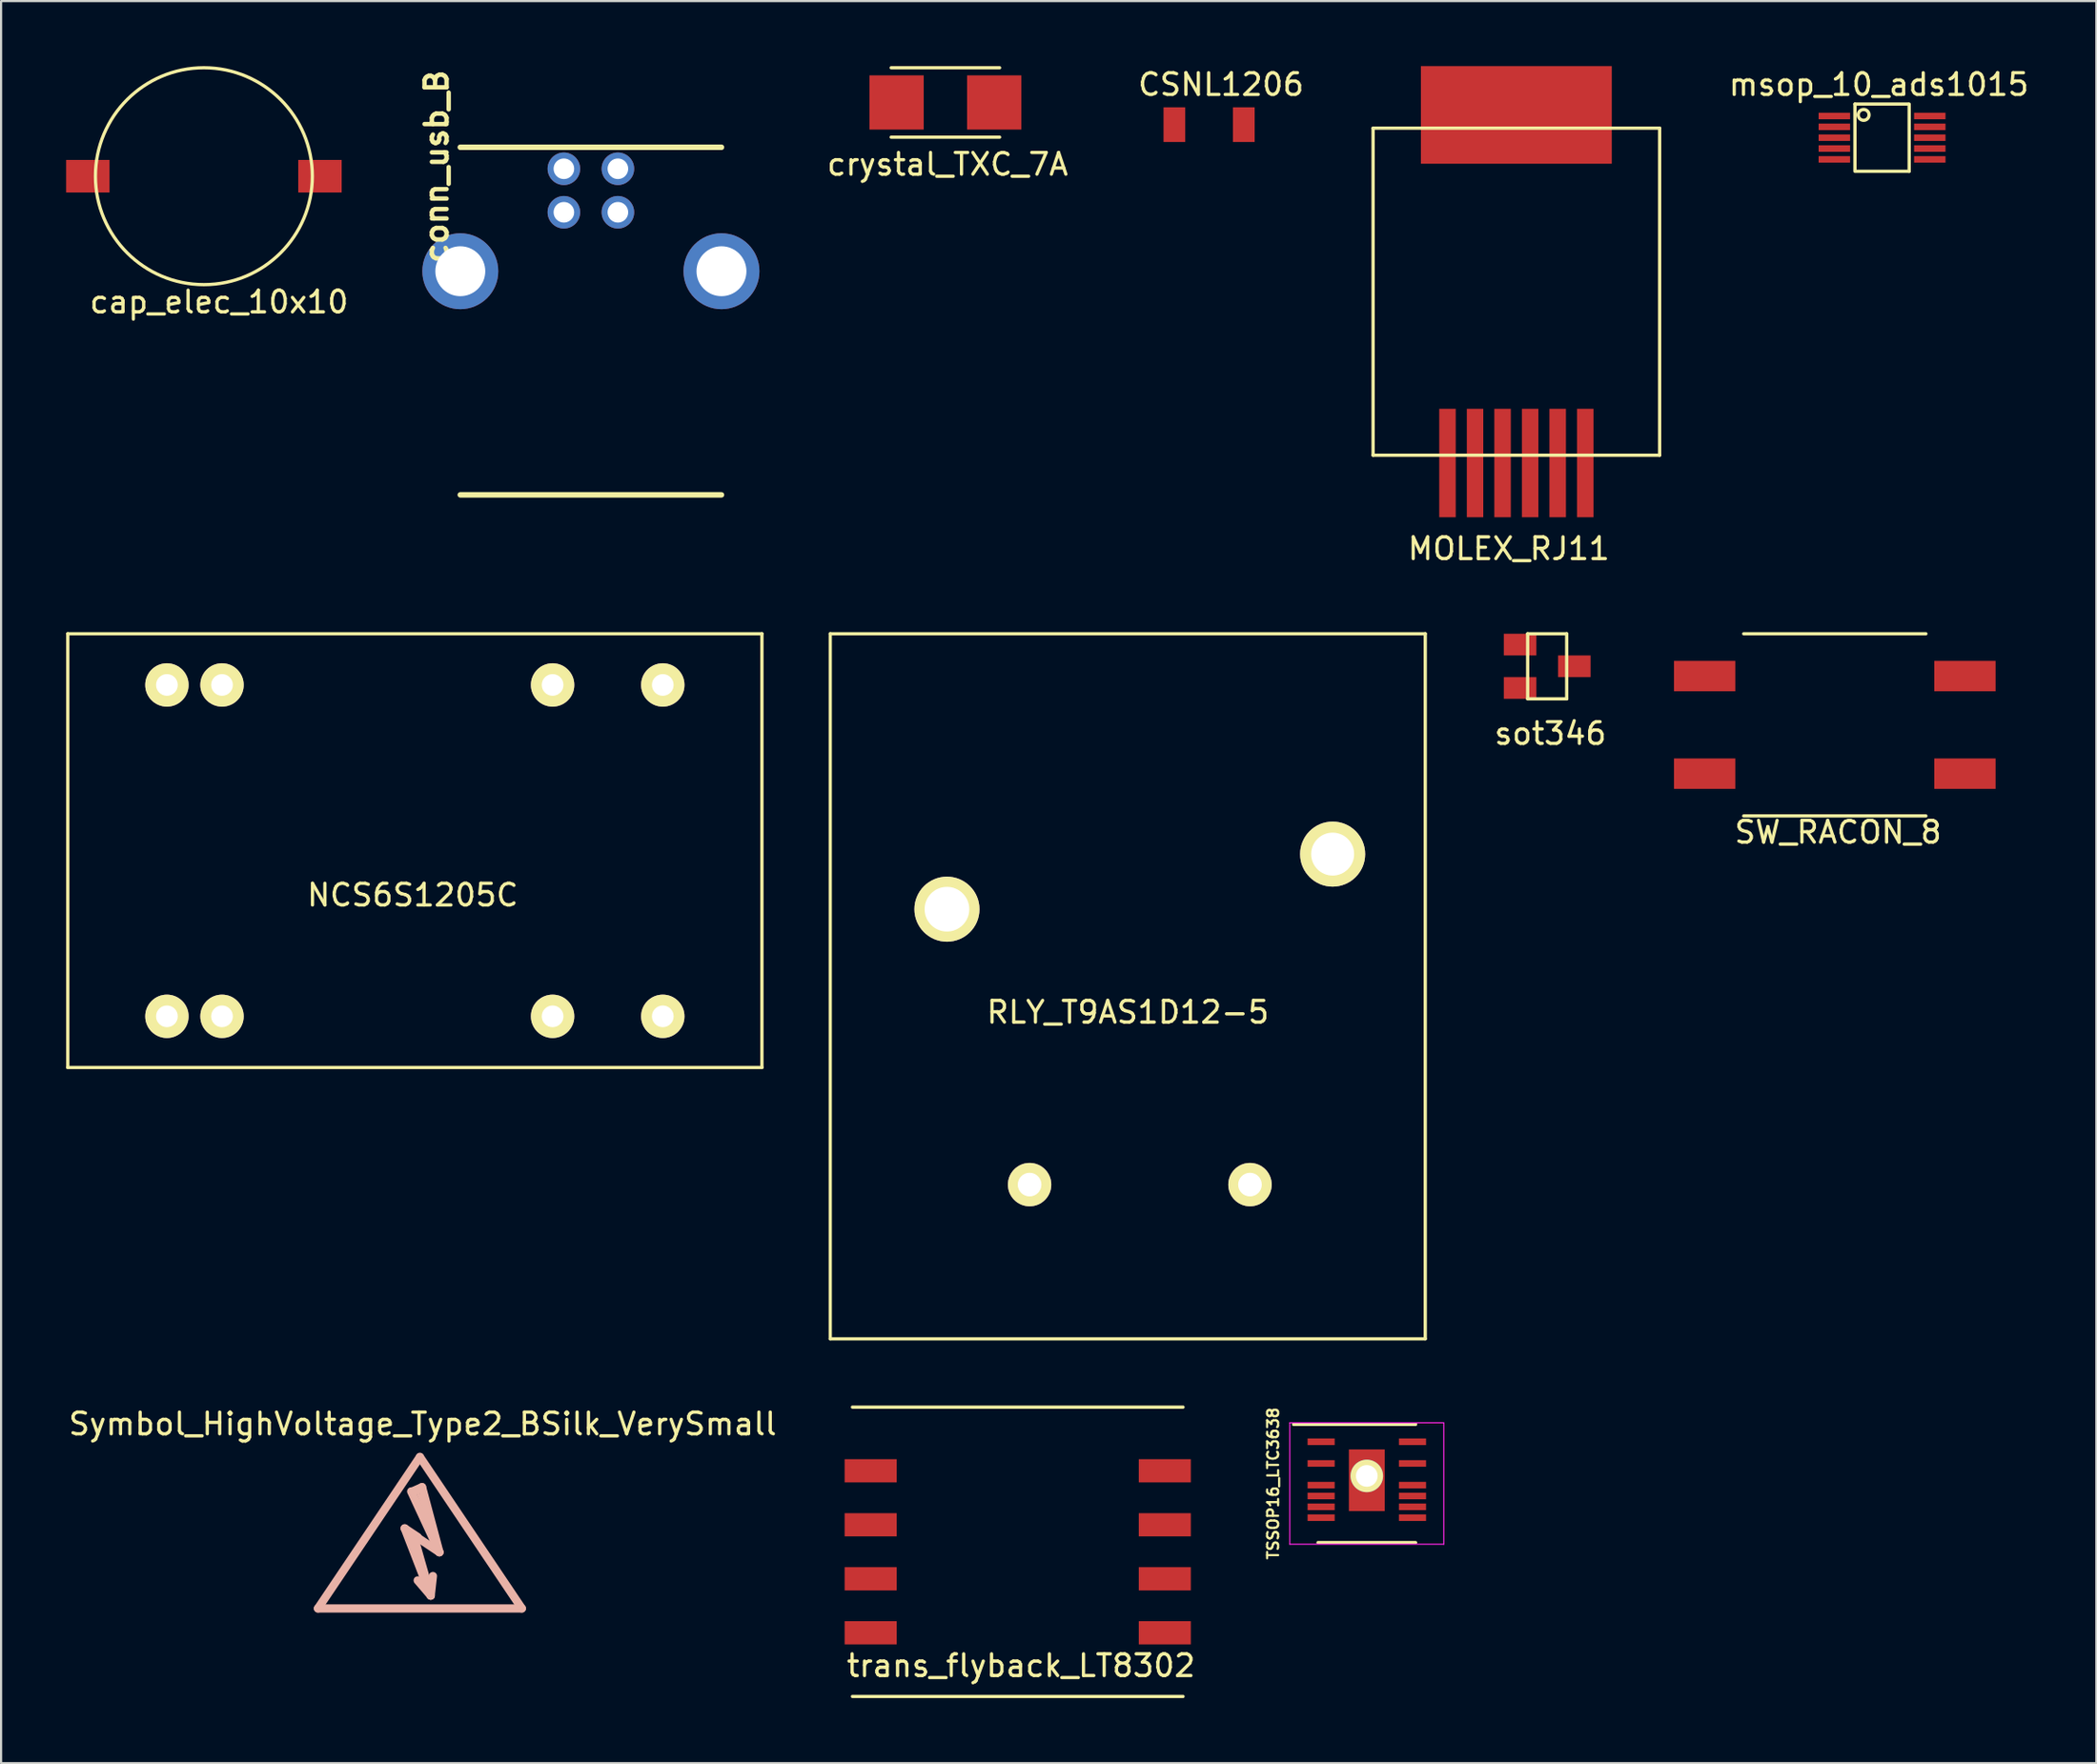
<source format=kicad_pcb>
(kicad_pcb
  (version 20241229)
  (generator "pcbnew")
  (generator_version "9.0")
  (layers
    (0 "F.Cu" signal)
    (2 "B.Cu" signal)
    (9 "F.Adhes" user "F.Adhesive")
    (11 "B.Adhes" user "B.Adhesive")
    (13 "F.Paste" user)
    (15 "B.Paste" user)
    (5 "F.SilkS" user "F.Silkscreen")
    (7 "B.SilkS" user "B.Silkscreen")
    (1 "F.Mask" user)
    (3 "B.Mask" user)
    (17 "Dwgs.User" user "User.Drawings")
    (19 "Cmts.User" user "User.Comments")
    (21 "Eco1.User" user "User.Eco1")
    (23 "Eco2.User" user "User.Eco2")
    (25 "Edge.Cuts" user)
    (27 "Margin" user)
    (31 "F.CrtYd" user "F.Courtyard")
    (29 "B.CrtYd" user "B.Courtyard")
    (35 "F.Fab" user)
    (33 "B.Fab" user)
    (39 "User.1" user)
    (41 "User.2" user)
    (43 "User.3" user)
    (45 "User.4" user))
  (footprint "cap_elec_10x10"
    (layer "F.Cu")
    (at 6.35 5.075)
    (property "Reference" "cap_elec_10x10" (at 0.7 5.8 0) (layer "F.SilkS") (effects (font (size 1 1) (thickness 0.15))))
    (attr through_hole)
    (fp_circle (center 0 0) (end 5 0) (stroke (width 0.15) (type solid)) (fill no) (layer "F.SilkS"))
    (pad "1" smd rect (at -5.35 0) (size 2 1.5) (layers "F.Cu" "F.Mask" "F.Paste"))
    (pad "2" smd rect (at 5.35 0) (size 2 1.5) (layers "F.Cu" "F.Mask" "F.Paste")))
  (footprint "NCS6S1205C"
    (layer "F.Cu")
    (at 16.075 36.173)
    (property "Reference" "NCS6S1205C" (at -0.1 2.05 0) (layer "F.SilkS") (effects (font (size 1 1) (thickness 0.15))))
    (attr through_hole)
    (fp_line (start -16 -10) (end 16 -10) (stroke (width 0.15) (type solid)) (layer "F.SilkS"))
    (fp_line (start -16 10) (end -16 -10) (stroke (width 0.15) (type solid)) (layer "F.SilkS"))
    (fp_line (start 16 -10) (end 16 10) (stroke (width 0.15) (type solid)) (layer "F.SilkS"))
    (fp_line (start 16 10) (end -16 10) (stroke (width 0.15) (type solid)) (layer "F.SilkS"))
    (pad "2" thru_hole circle (at -11.43 7.64) (size 2 2) (drill 1) (layers "*.Cu" "*.Mask" "F.SilkS"))
    (pad "3" thru_hole circle (at -8.89 7.64) (size 2 2) (drill 1) (layers "*.Cu" "*.Mask" "F.SilkS"))
    (pad "9" thru_hole circle (at 6.35 7.64) (size 2 2) (drill 1) (layers "*.Cu" "*.Mask" "F.SilkS"))
    (pad "11" thru_hole circle (at 11.43 7.64) (size 2 2) (drill 1) (layers "*.Cu" "*.Mask" "F.SilkS"))
    (pad "14" thru_hole circle (at 11.43 -7.64) (size 2 2) (drill 1) (layers "*.Cu" "*.Mask" "F.SilkS"))
    (pad "16" thru_hole circle (at 6.35 -7.64) (size 2 2) (drill 1) (layers "*.Cu" "*.Mask" "F.SilkS"))
    (pad "22" thru_hole circle (at -8.89 -7.64) (size 2 2) (drill 1) (layers "*.Cu" "*.Mask" "F.SilkS"))
    (pad "23" thru_hole circle (at -11.43 -7.64) (size 2 2) (drill 1) (layers "*.Cu" "*.Mask" "F.SilkS")))
  (footprint "TSSOP16_LTC3638"
    (layer "F.Cu")
    (at 59.96 65.355)
    (property "Reference" "TSSOP16_LTC3638" (at -4.318 0 90) (layer "F.SilkS") (effects (font (size 0.508 0.508) (thickness 0.102))))
    (attr smd)
    (fp_line (start -3.375 -2.725) (end 2.25 -2.725) (stroke (width 0.15) (type solid)) (layer "F.SilkS"))
    (fp_line (start -2.25 2.725) (end 2.25 2.725) (stroke (width 0.15) (type solid)) (layer "F.SilkS"))
    (fp_line (start -3.55 -2.8) (end -3.55 2.8) (stroke (width 0.05) (type solid)) (layer "F.CrtYd"))
    (fp_line (start -3.55 -2.8) (end 3.55 -2.8) (stroke (width 0.05) (type solid)) (layer "F.CrtYd"))
    (fp_line (start -3.55 2.8) (end 3.55 2.8) (stroke (width 0.05) (type solid)) (layer "F.CrtYd"))
    (fp_line (start 3.55 -2.8) (end 3.55 2.8) (stroke (width 0.05) (type solid)) (layer "F.CrtYd"))
    (pad "1" smd rect (at -2.106 -1.925) (size 1.25 0.305) (layers "F.Cu" "F.Mask" "F.Paste"))
    (pad "3" smd rect (at -2.106 -0.925) (size 1.25 0.305) (layers "F.Cu" "F.Mask" "F.Paste"))
    (pad "5" smd rect (at -2.106 0.075) (size 1.25 0.305) (layers "F.Cu" "F.Mask" "F.Paste"))
    (pad "6" smd rect (at -2.106 0.575) (size 1.25 0.305) (layers "F.Cu" "F.Mask" "F.Paste"))
    (pad "7" smd rect (at -2.106 1.075) (size 1.25 0.305) (layers "F.Cu" "F.Mask" "F.Paste"))
    (pad "8" smd rect (at -2.106 1.575) (size 1.25 0.305) (layers "F.Cu" "F.Mask" "F.Paste"))
    (pad "9" smd rect (at 2.106 1.575) (size 1.25 0.305) (layers "F.Cu" "F.Mask" "F.Paste"))
    (pad "10" smd rect (at 2.106 1.075) (size 1.25 0.305) (layers "F.Cu" "F.Mask" "F.Paste"))
    (pad "11" smd rect (at 2.106 0.575) (size 1.25 0.305) (layers "F.Cu" "F.Mask" "F.Paste"))
    (pad "12" smd rect (at 2.106 0.075) (size 1.25 0.305) (layers "F.Cu" "F.Mask" "F.Paste"))
    (pad "14" smd rect (at 2.106 -0.925) (size 1.25 0.305) (layers "F.Cu" "F.Mask" "F.Paste"))
    (pad "16" smd rect (at 2.106 -1.925) (size 1.25 0.305) (layers "F.Cu" "F.Mask" "F.Paste"))
    (pad "17" thru_hole circle (at 0 -0.35) (size 1.5 1.5) (drill 1) (layers "*.Cu" "*.Mask" "F.SilkS"))
    (pad "17" smd rect (at 0 -0.15) (size 1.651 2.845) (layers "F.Cu" "F.Mask" "F.Paste")))
  (footprint "SW_RACON_8"
    (layer "F.Cu")
    (at 81.535 30.373)
    (property "Reference" "SW_RACON_8" (at 0.15 4.95 0) (layer "F.SilkS") (effects (font (size 1 1) (thickness 0.15))))
    (attr through_hole)
    (fp_line (start -4.2 -4.2) (end 4.2 -4.2) (stroke (width 0.15) (type solid)) (layer "F.SilkS"))
    (fp_line (start 4.2 4.2) (end -4.2 4.2) (stroke (width 0.15) (type solid)) (layer "F.SilkS"))
    (pad "1" smd rect (at -6 -2.25) (size 2.825 1.4) (layers "F.Cu" "F.Mask" "F.Paste"))
    (pad "1" smd rect (at 6 -2.25) (size 2.825 1.4) (layers "F.Cu" "F.Mask" "F.Paste"))
    (pad "2" smd rect (at -6 2.25) (size 2.825 1.4) (layers "F.Cu" "F.Mask" "F.Paste"))
    (pad "2" smd rect (at 6 2.25) (size 2.825 1.4) (layers "F.Cu" "F.Mask" "F.Paste")))
  (footprint "conn_usb_B"
    (layer "F.Cu")
    (at 24.19 11.742)
    (property "Reference" "conn_usb_B" (at -7.112 -7.112 90) (layer "F.SilkS") (effects (font (size 1.016 1.016) (thickness 0.203))))
    (attr through_hole)
    (fp_line (start -6.02 8.026) (end 6.02 8.026) (stroke (width 0.254) (type solid)) (layer "F.SilkS"))
    (fp_line (start 6.02 -8.001) (end -6.02 -8.001) (stroke (width 0.254) (type solid)) (layer "F.SilkS"))
    (pad "1" thru_hole circle (at 1.245 -7.01) (size 1.501 1.501) (drill 0.95) (layers "*.Cu" "*.Mask"))
    (pad "2" thru_hole circle (at -1.245 -7.01) (size 1.501 1.501) (drill 0.95) (layers "*.Cu" "*.Mask"))
    (pad "3" thru_hole circle (at -1.245 -5.004) (size 1.501 1.501) (drill 0.95) (layers "*.Cu" "*.Mask"))
    (pad "4" thru_hole circle (at 1.245 -5.004) (size 1.501 1.501) (drill 0.95) (layers "*.Cu" "*.Mask"))
    (pad "5" thru_hole circle (at 6.02 -2.286) (size 3.5 3.5) (drill 2.301) (layers "*.Cu" "*.Mask"))
    (pad "6" thru_hole circle (at -6.02 -2.286) (size 3.5 3.5) (drill 2.301) (layers "*.Cu" "*.Mask")))
  (footprint "crystal_TXC_7A"
    (layer "F.Cu")
    (at 40.533 1.675)
    (property "Reference" "crystal_TXC_7A" (at 0.1 2.85 0) (layer "F.SilkS") (effects (font (size 1 1) (thickness 0.15))))
    (attr through_hole)
    (fp_line (start -2.5 -1.6) (end 2.5 -1.6) (stroke (width 0.15) (type solid)) (layer "F.SilkS"))
    (fp_line (start 2.5 1.6) (end -2.5 1.6) (stroke (width 0.15) (type solid)) (layer "F.SilkS"))
    (pad "1" smd rect (at -2.25 0) (size 2.5 2.5) (layers "F.Cu" "F.Mask" "F.Paste"))
    (pad "2" smd rect (at 2.25 0) (size 2.5 2.5) (layers "F.Cu" "F.Mask" "F.Paste")))
  (footprint "sot346"
    (layer "F.Cu")
    (at 68.276 27.673)
    (property "Reference" "sot346" (at 0.15 3.1 0) (layer "F.SilkS") (effects (font (size 1 1) (thickness 0.15))))
    (attr through_hole)
    (fp_line (start -0.9 -1.5) (end 0.9 -1.5) (stroke (width 0.15) (type solid)) (layer "F.SilkS"))
    (fp_line (start -0.9 1.5) (end -0.9 -1.5) (stroke (width 0.15) (type solid)) (layer "F.SilkS"))
    (fp_line (start 0.9 -1.5) (end 0.9 1.5) (stroke (width 0.15) (type solid)) (layer "F.SilkS"))
    (fp_line (start 0.9 1.5) (end -0.9 1.5) (stroke (width 0.15) (type solid)) (layer "F.SilkS"))
    (pad "1" smd rect (at -1.25 -1) (size 1.5 1) (layers "F.Cu" "F.Mask" "F.Paste"))
    (pad "2" smd rect (at -1.25 1) (size 1.5 1) (layers "F.Cu" "F.Mask" "F.Paste"))
    (pad "3" smd rect (at 1.25 0) (size 1.5 1) (layers "F.Cu" "F.Mask" "F.Paste")))
  (footprint "Symbol_HighVoltage_Type2_BSilk_VerySmall"
    (layer "F.Cu")
    (at 16.758 68.322)
    (property "Reference" "Symbol_HighVoltage_Type2_BSilk_VerySmall" (at -0.323 -5.715 0) (layer "F.SilkS") (effects (font (size 1 1) (thickness 0.15))))
    (attr through_hole)
    (fp_line (start -5.149 2.794) (end 4.249 2.794) (stroke (width 0.381) (type solid)) (layer "B.SilkS"))
    (fp_line (start -1.151 -0.899) (end -0.552 -0.5) (stroke (width 0.381) (type solid)) (layer "B.SilkS"))
    (fp_line (start -0.801 -2.599) (end -0.351 -2.8) (stroke (width 0.381) (type solid)) (layer "B.SilkS"))
    (fp_line (start -0.75 -0.599) (end 0.048 2.2) (stroke (width 0.381) (type solid)) (layer "B.SilkS"))
    (fp_line (start -0.55 -2.55) (end -0.15 -1.6) (stroke (width 0.15) (type solid)) (layer "B.SilkS"))
    (fp_line (start -0.45 -4.191) (end -5.149 2.794) (stroke (width 0.381) (type solid)) (layer "B.SilkS"))
    (fp_line (start -0.351 -2.799) (end 0.449 0.201) (stroke (width 0.381) (type solid)) (layer "B.SilkS"))
    (fp_line (start -0.15 -1.6) (end -0.2 -1.5) (stroke (width 0.15) (type solid)) (layer "B.SilkS"))
    (fp_line (start 0.048 2.2) (end -1.151 -0.899) (stroke (width 0.381) (type solid)) (layer "B.SilkS"))
    (fp_line (start 0.048 2.2) (end -0.552 1.501) (stroke (width 0.381) (type solid)) (layer "B.SilkS"))
    (fp_line (start 0.048 2.2) (end 0.149 1.3) (stroke (width 0.381) (type solid)) (layer "B.SilkS"))
    (fp_line (start 0.449 0.201) (end -0.851 -2.601) (stroke (width 0.381) (type solid)) (layer "B.SilkS"))
    (fp_line (start 0.449 0.201) (end -0.75 -0.599) (stroke (width 0.381) (type solid)) (layer "B.SilkS"))
    (fp_line (start 4.249 2.794) (end -0.45 -4.191) (stroke (width 0.381) (type solid)) (layer "B.SilkS")))
  (footprint "RLY_T9AS1D12-5"
    (layer "F.Cu")
    (at 49.495 38.873)
    (property "Reference" "RLY_T9AS1D12-5" (at -0.55 4.75 0) (layer "F.SilkS") (effects (font (size 1 1) (thickness 0.15))))
    (attr through_hole)
    (fp_line (start -14.27 -12.7) (end -14.27 19.81) (stroke (width 0.15) (type solid)) (layer "F.SilkS"))
    (fp_line (start -14.27 -12.7) (end 13.16 -12.7) (stroke (width 0.15) (type solid)) (layer "F.SilkS"))
    (fp_line (start 13.16 -12.7) (end 13.16 19.81) (stroke (width 0.15) (type solid)) (layer "F.SilkS"))
    (fp_line (start 13.16 19.81) (end -14.27 19.81) (stroke (width 0.15) (type solid)) (layer "F.SilkS"))
    (pad "1" thru_hole circle (at 8.89 -2.54) (size 3 3) (drill 1.98) (layers "*.Cu" "*.Mask" "F.SilkS"))
    (pad "2" thru_hole circle (at -5.08 12.7) (size 2 2) (drill 1.09) (layers "*.Cu" "*.Mask" "F.SilkS"))
    (pad "3" thru_hole circle (at -8.89 0) (size 3 3) (drill 2.06) (layers "*.Cu" "*.Mask" "F.SilkS"))
    (pad "5" thru_hole circle (at 5.08 12.7) (size 2 2) (drill 1.09) (layers "*.Cu" "*.Mask" "F.SilkS")))
  (footprint "trans_flyback_LT8302"
    (layer "F.Cu")
    (at 43.868 68.503)
    (property "Reference" "trans_flyback_LT8302" (at 0.15 5.25 0) (layer "F.SilkS") (effects (font (size 1 1) (thickness 0.15))))
    (attr through_hole)
    (fp_line (start -7.62 -6.67) (end 7.62 -6.67) (stroke (width 0.15) (type solid)) (layer "F.SilkS"))
    (fp_line (start 7.62 6.67) (end -7.62 6.67) (stroke (width 0.15) (type solid)) (layer "F.SilkS"))
    (pad "1" smd rect (at -6.78 3.735) (size 2.4 1.07) (layers "F.Cu" "F.Mask" "F.Paste"))
    (pad "2" smd rect (at -6.78 1.245) (size 2.4 1.07) (layers "F.Cu" "F.Mask" "F.Paste"))
    (pad "3" smd rect (at -6.78 -1.245) (size 2.4 1.07) (layers "F.Cu" "F.Mask" "F.Paste"))
    (pad "4" smd rect (at -6.78 -3.735) (size 2.4 1.07) (layers "F.Cu" "F.Mask" "F.Paste"))
    (pad "5" smd rect (at 6.78 -3.735) (size 2.4 1.07) (layers "F.Cu" "F.Mask" "F.Paste"))
    (pad "6" smd rect (at 6.78 -1.245) (size 2.4 1.07) (layers "F.Cu" "F.Mask" "F.Paste"))
    (pad "7" smd rect (at 6.78 1.245) (size 2.4 1.07) (layers "F.Cu" "F.Mask" "F.Paste"))
    (pad "8" smd rect (at 6.78 3.735) (size 2.4 1.07) (layers "F.Cu" "F.Mask" "F.Paste")))
  (footprint "MOLEX_RJ11"
    (layer "F.Cu")
    (at 66.855 10.4)
    (property "Reference" "MOLEX_RJ11" (at -0.35 11.85 0) (layer "F.SilkS") (effects (font (size 1 1) (thickness 0.15))))
    (attr through_hole)
    (fp_line (start -6.605 7.54) (end -6.605 -7.54) (stroke (width 0.15) (type solid)) (layer "F.SilkS"))
    (fp_line (start 6.605 -7.54) (end -6.605 -7.54) (stroke (width 0.15) (type solid)) (layer "F.SilkS"))
    (fp_line (start 6.605 -7.54) (end 6.605 7.54) (stroke (width 0.15) (type solid)) (layer "F.SilkS"))
    (fp_line (start 6.605 7.54) (end -6.605 7.54) (stroke (width 0.15) (type solid)) (layer "F.SilkS"))
    (pad "0" smd rect (at 0 -8.15) (size 8.8 4.5) (layers "F.Cu" "F.Mask" "F.Paste"))
    (pad "1" smd rect (at 3.175 7.9) (size 0.76 5) (layers "F.Cu" "F.Mask" "F.Paste"))
    (pad "2" smd rect (at 1.905 7.9) (size 0.76 5) (layers "F.Cu" "F.Mask" "F.Paste"))
    (pad "3" smd rect (at 0.635 7.9) (size 0.76 5) (layers "F.Cu" "F.Mask" "F.Paste"))
    (pad "4" smd rect (at -0.635 7.9) (size 0.76 5) (layers "F.Cu" "F.Mask" "F.Paste"))
    (pad "5" smd rect (at -1.905 7.9) (size 0.76 5) (layers "F.Cu" "F.Mask" "F.Paste"))
    (pad "6" smd rect (at -3.175 7.9) (size 0.76 5) (layers "F.Cu" "F.Mask" "F.Paste")))
  (footprint "msop_10_ads1015"
    (layer "F.Cu")
    (at 83.714 3.298)
    (property "Reference" "msop_10_ads1015" (at -0.15 -2.45 0) (layer "F.SilkS") (effects (font (size 1 1) (thickness 0.15))))
    (attr through_hole)
    (fp_line (start -1.25 -1.55) (end 1.2 -1.55) (stroke (width 0.15) (type solid)) (layer "F.SilkS"))
    (fp_line (start -1.25 1.55) (end -1.25 -1.55) (stroke (width 0.15) (type solid)) (layer "F.SilkS"))
    (fp_line (start 1.25 -1.55) (end 1.25 1.55) (stroke (width 0.15) (type solid)) (layer "F.SilkS"))
    (fp_line (start 1.25 1.55) (end -1.2 1.55) (stroke (width 0.15) (type solid)) (layer "F.SilkS"))
    (fp_circle (center -0.85 -1.05) (end -0.65 -0.9) (stroke (width 0.15) (type solid)) (fill no) (layer "F.SilkS"))
    (pad "1" smd rect (at -2.2 -1) (size 1.45 0.3) (layers "F.Cu" "F.Mask" "F.Paste"))
    (pad "2" smd rect (at -2.2 -0.5) (size 1.45 0.3) (layers "F.Cu" "F.Mask" "F.Paste"))
    (pad "3" smd rect (at -2.2 0) (size 1.45 0.3) (layers "F.Cu" "F.Mask" "F.Paste"))
    (pad "4" smd rect (at -2.2 0.5) (size 1.45 0.3) (layers "F.Cu" "F.Mask" "F.Paste"))
    (pad "5" smd rect (at -2.2 1) (size 1.45 0.3) (layers "F.Cu" "F.Mask" "F.Paste"))
    (pad "6" smd rect (at 2.2 1) (size 1.45 0.3) (layers "F.Cu" "F.Mask" "F.Paste"))
    (pad "7" smd rect (at 2.2 0.5) (size 1.45 0.3) (layers "F.Cu" "F.Mask" "F.Paste"))
    (pad "8" smd rect (at 2.2 0) (size 1.45 0.3) (layers "F.Cu" "F.Mask" "F.Paste"))
    (pad "9" smd rect (at 2.2 -0.5) (size 1.45 0.3) (layers "F.Cu" "F.Mask" "F.Paste"))
    (pad "10" smd rect (at 2.2 -1) (size 1.45 0.3) (layers "F.Cu" "F.Mask" "F.Paste")))
  (footprint "CSNL1206"
    (layer "F.Cu")
    (at 52.69 2.698)
    (property "Reference" "CSNL1206" (at 0.55 -1.85 0) (layer "F.SilkS") (effects (font (size 1 1) (thickness 0.15))))
    (attr through_hole)
    (pad "1" smd rect (at 1.6 0) (size 1 1.6) (layers "F.Cu" "F.Mask" "F.Paste"))
    (pad "2" smd rect (at -1.6 0) (size 1 1.6) (layers "F.Cu" "F.Mask" "F.Paste")))
  (gr_rect
    (start -3 -3)
    (end 93.594 78.248)
    (stroke (width 0.1) (type default))
    (fill no)
    (layer "Edge.Cuts")))
</source>
